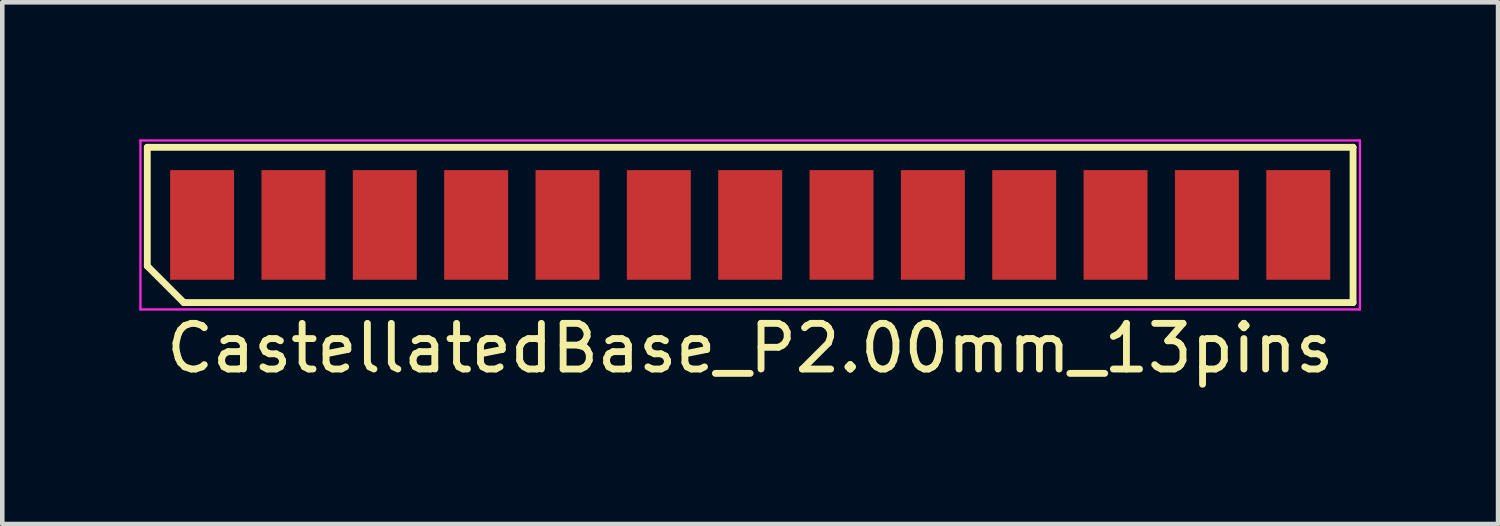
<source format=kicad_pcb>
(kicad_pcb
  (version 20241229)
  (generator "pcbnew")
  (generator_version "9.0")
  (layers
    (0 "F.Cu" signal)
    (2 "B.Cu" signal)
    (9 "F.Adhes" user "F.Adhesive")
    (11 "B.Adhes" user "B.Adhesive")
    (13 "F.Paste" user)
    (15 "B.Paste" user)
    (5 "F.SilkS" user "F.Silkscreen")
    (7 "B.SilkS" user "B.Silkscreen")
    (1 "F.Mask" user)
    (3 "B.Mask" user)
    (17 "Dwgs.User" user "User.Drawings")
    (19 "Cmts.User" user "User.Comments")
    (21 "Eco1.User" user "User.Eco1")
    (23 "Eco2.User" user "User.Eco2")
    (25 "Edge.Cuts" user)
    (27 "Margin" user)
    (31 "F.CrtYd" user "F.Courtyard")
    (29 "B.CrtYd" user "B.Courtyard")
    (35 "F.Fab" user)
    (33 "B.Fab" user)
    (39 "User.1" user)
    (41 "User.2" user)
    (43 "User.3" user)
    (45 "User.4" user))
  (footprint "CastellatedBase_P2.00mm_13pins"
    (layer "F.Cu")
    (at 13.375 1.875)
    (property "Reference" "CastellatedBase_P2.00mm_13pins" (at 0 2.7 0) (layer "F.SilkS") (effects (font (size 1 1) (thickness 0.15))))
    (attr smd)
    (fp_line (start -13.2 -1.7) (end 13.2 -1.7) (stroke (width 0.15) (type solid)) (layer "F.SilkS"))
    (fp_line (start -13.2 0.9) (end -13.2 -1.7) (stroke (width 0.15) (type solid)) (layer "F.SilkS"))
    (fp_line (start -12.4 1.7) (end -13.2 0.9) (stroke (width 0.15) (type solid)) (layer "F.SilkS"))
    (fp_line (start 13.2 -1.7) (end 13.2 1.7) (stroke (width 0.15) (type solid)) (layer "F.SilkS"))
    (fp_line (start 13.2 1.7) (end -12.4 1.7) (stroke (width 0.15) (type solid)) (layer "F.SilkS"))
    (fp_line (start -13.35 -1.85) (end 13.35 -1.85) (stroke (width 0.05) (type solid)) (layer "F.CrtYd"))
    (fp_line (start -13.35 1.85) (end -13.35 -1.85) (stroke (width 0.05) (type solid)) (layer "F.CrtYd"))
    (fp_line (start 13.35 -1.85) (end 13.35 1.85) (stroke (width 0.05) (type solid)) (layer "F.CrtYd"))
    (fp_line (start 13.35 1.85) (end -13.35 1.85) (stroke (width 0.05) (type solid)) (layer "F.CrtYd"))
    (pad "1" smd rect (at -12 0) (size 1.4 2.4) (layers "F.Cu" "F.Mask" "F.Paste"))
    (pad "2" smd rect (at -10 0) (size 1.4 2.4) (layers "F.Cu" "F.Mask" "F.Paste"))
    (pad "3" smd rect (at -8 0) (size 1.4 2.4) (layers "F.Cu" "F.Mask" "F.Paste"))
    (pad "4" smd rect (at -6 0) (size 1.4 2.4) (layers "F.Cu" "F.Mask" "F.Paste"))
    (pad "5" smd rect (at -4 0) (size 1.4 2.4) (layers "F.Cu" "F.Mask" "F.Paste"))
    (pad "6" smd rect (at -2 0) (size 1.4 2.4) (layers "F.Cu" "F.Mask" "F.Paste"))
    (pad "7" smd rect (at 0 0) (size 1.4 2.4) (layers "F.Cu" "F.Mask" "F.Paste"))
    (pad "8" smd rect (at 2 0) (size 1.4 2.4) (layers "F.Cu" "F.Mask" "F.Paste"))
    (pad "9" smd rect (at 4 0) (size 1.4 2.4) (layers "F.Cu" "F.Mask" "F.Paste"))
    (pad "10" smd rect (at 6 0) (size 1.4 2.4) (layers "F.Cu" "F.Mask" "F.Paste"))
    (pad "11" smd rect (at 8 0) (size 1.4 2.4) (layers "F.Cu" "F.Mask" "F.Paste"))
    (pad "12" smd rect (at 10 0) (size 1.4 2.4) (layers "F.Cu" "F.Mask" "F.Paste"))
    (pad "13" smd rect (at 12 0) (size 1.4 2.4) (layers "F.Cu" "F.Mask" "F.Paste")))
  (gr_rect
    (start -3 -3)
    (end 29.75 8.423)
    (stroke (width 0.1) (type default))
    (fill no)
    (layer "Edge.Cuts")))
</source>
